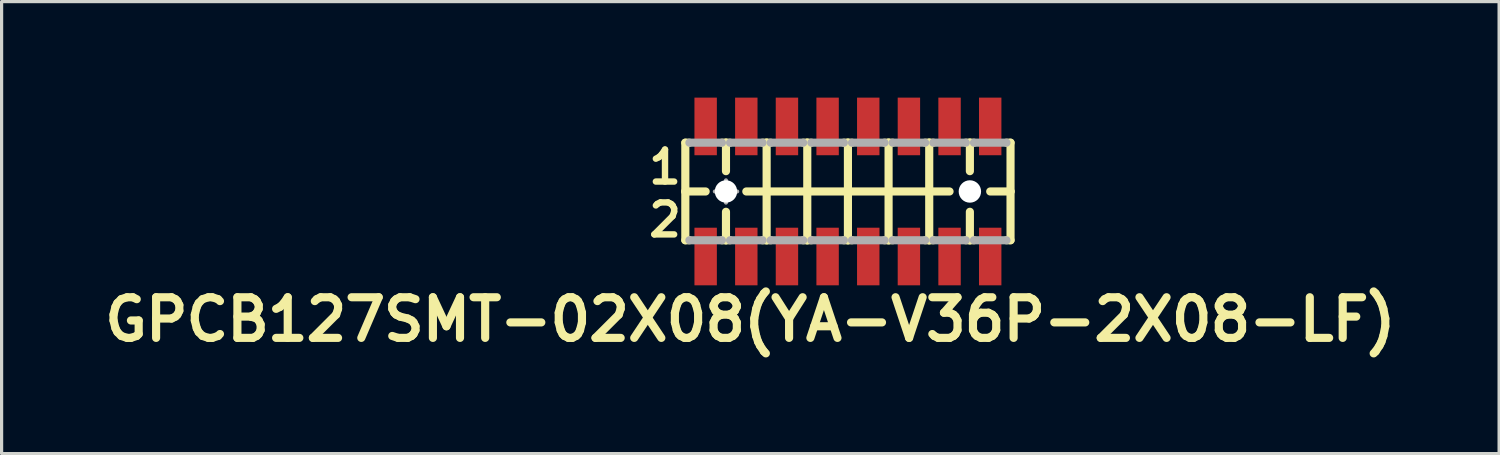
<source format=kicad_pcb>
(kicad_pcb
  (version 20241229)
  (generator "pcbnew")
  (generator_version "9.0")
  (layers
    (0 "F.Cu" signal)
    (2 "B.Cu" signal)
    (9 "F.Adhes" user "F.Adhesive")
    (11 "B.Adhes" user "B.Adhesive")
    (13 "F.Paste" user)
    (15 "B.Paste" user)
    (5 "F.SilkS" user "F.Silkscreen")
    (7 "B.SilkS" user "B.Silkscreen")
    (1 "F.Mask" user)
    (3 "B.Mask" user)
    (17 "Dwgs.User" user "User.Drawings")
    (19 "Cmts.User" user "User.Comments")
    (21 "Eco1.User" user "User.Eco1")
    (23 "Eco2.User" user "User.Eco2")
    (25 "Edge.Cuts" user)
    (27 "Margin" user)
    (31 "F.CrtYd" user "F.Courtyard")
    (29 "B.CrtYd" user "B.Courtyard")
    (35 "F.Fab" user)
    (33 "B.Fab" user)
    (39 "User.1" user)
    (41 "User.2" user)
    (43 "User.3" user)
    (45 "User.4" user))
  (footprint "GPCB127SMT-02X08(YA-V36P-2X08-LF)"
    (layer "F.Cu")
    (at 23.441 2.932)
    (property "Reference" "GPCB127SMT-02X08(YA-V36P-2X08-LF)" (at -3.048 4 0) (layer "F.SilkS") (effects (font (size 1.27 1.27) (thickness 0.254))))
    (attr smd)
    (fp_line (start -5.08 -1.524) (end -5.08 0) (stroke (width 0.254) (type solid)) (layer "F.SilkS"))
    (fp_line (start -5.08 0) (end -5.08 1.524) (stroke (width 0.254) (type solid)) (layer "F.SilkS"))
    (fp_line (start -5.08 0) (end -4.445 0) (stroke (width 0.254) (type solid)) (layer "F.SilkS"))
    (fp_line (start -5.08 1.524) (end -4.953 1.524) (stroke (width 0.254) (type solid)) (layer "F.SilkS"))
    (fp_line (start -4.953 -1.524) (end -5.08 -1.524) (stroke (width 0.254) (type solid)) (layer "F.SilkS"))
    (fp_line (start -3.937 -1.524) (end -3.81 -1.524) (stroke (width 0.254) (type solid)) (layer "F.SilkS"))
    (fp_line (start -3.937 1.524) (end -3.81 1.524) (stroke (width 0.254) (type solid)) (layer "F.SilkS"))
    (fp_line (start -3.81 -1.524) (end -3.683 -1.524) (stroke (width 0.254) (type solid)) (layer "F.SilkS"))
    (fp_line (start -3.81 -0.635) (end -3.81 -1.524) (stroke (width 0.254) (type solid)) (layer "F.SilkS"))
    (fp_line (start -3.81 1.524) (end -3.81 0.635) (stroke (width 0.254) (type solid)) (layer "F.SilkS"))
    (fp_line (start -3.81 1.524) (end -3.683 1.524) (stroke (width 0.254) (type solid)) (layer "F.SilkS"))
    (fp_line (start -3.175 0) (end -2.54 0) (stroke (width 0.254) (type solid)) (layer "F.SilkS"))
    (fp_line (start -2.667 -1.524) (end -2.54 -1.524) (stroke (width 0.254) (type solid)) (layer "F.SilkS"))
    (fp_line (start -2.667 1.524) (end -2.54 1.524) (stroke (width 0.254) (type solid)) (layer "F.SilkS"))
    (fp_line (start -2.54 -1.524) (end -2.413 -1.524) (stroke (width 0.254) (type solid)) (layer "F.SilkS"))
    (fp_line (start -2.54 0) (end -2.54 -1.524) (stroke (width 0.254) (type solid)) (layer "F.SilkS"))
    (fp_line (start -2.54 0) (end -1.27 0) (stroke (width 0.254) (type solid)) (layer "F.SilkS"))
    (fp_line (start -2.54 1.524) (end -2.54 0) (stroke (width 0.254) (type solid)) (layer "F.SilkS"))
    (fp_line (start -2.54 1.524) (end -2.413 1.524) (stroke (width 0.254) (type solid)) (layer "F.SilkS"))
    (fp_line (start -1.397 -1.524) (end -1.27 -1.524) (stroke (width 0.254) (type solid)) (layer "F.SilkS"))
    (fp_line (start -1.397 1.524) (end -1.27 1.524) (stroke (width 0.254) (type solid)) (layer "F.SilkS"))
    (fp_line (start -1.27 -1.524) (end -1.143 -1.524) (stroke (width 0.254) (type solid)) (layer "F.SilkS"))
    (fp_line (start -1.27 0) (end -1.27 -1.524) (stroke (width 0.254) (type solid)) (layer "F.SilkS"))
    (fp_line (start -1.27 0) (end 0 0) (stroke (width 0.254) (type solid)) (layer "F.SilkS"))
    (fp_line (start -1.27 1.524) (end -1.27 0) (stroke (width 0.254) (type solid)) (layer "F.SilkS"))
    (fp_line (start -1.27 1.524) (end -1.143 1.524) (stroke (width 0.254) (type solid)) (layer "F.SilkS"))
    (fp_line (start -0.127 -1.524) (end 0 -1.524) (stroke (width 0.254) (type solid)) (layer "F.SilkS"))
    (fp_line (start -0.127 1.524) (end 0 1.524) (stroke (width 0.254) (type solid)) (layer "F.SilkS"))
    (fp_line (start 0 -1.524) (end 0.127 -1.524) (stroke (width 0.254) (type solid)) (layer "F.SilkS"))
    (fp_line (start 0 0) (end 0 -1.524) (stroke (width 0.254) (type solid)) (layer "F.SilkS"))
    (fp_line (start 0 0) (end 1.27 0) (stroke (width 0.254) (type solid)) (layer "F.SilkS"))
    (fp_line (start 0 1.524) (end 0 0) (stroke (width 0.254) (type solid)) (layer "F.SilkS"))
    (fp_line (start 0 1.524) (end 0.127 1.524) (stroke (width 0.254) (type solid)) (layer "F.SilkS"))
    (fp_line (start 1.143 -1.524) (end 1.27 -1.524) (stroke (width 0.254) (type solid)) (layer "F.SilkS"))
    (fp_line (start 1.143 1.524) (end 1.27 1.524) (stroke (width 0.254) (type solid)) (layer "F.SilkS"))
    (fp_line (start 1.27 -1.524) (end 1.397 -1.524) (stroke (width 0.254) (type solid)) (layer "F.SilkS"))
    (fp_line (start 1.27 0) (end 1.27 -1.524) (stroke (width 0.254) (type solid)) (layer "F.SilkS"))
    (fp_line (start 1.27 0) (end 2.54 0) (stroke (width 0.254) (type solid)) (layer "F.SilkS"))
    (fp_line (start 1.27 1.524) (end 1.27 0) (stroke (width 0.254) (type solid)) (layer "F.SilkS"))
    (fp_line (start 1.27 1.524) (end 1.397 1.524) (stroke (width 0.254) (type solid)) (layer "F.SilkS"))
    (fp_line (start 2.413 -1.524) (end 2.54 -1.524) (stroke (width 0.254) (type solid)) (layer "F.SilkS"))
    (fp_line (start 2.413 1.524) (end 2.54 1.524) (stroke (width 0.254) (type solid)) (layer "F.SilkS"))
    (fp_line (start 2.54 -1.524) (end 2.667 -1.524) (stroke (width 0.254) (type solid)) (layer "F.SilkS"))
    (fp_line (start 2.54 0) (end 2.54 -1.524) (stroke (width 0.254) (type solid)) (layer "F.SilkS"))
    (fp_line (start 2.54 0) (end 3.175 0) (stroke (width 0.254) (type solid)) (layer "F.SilkS"))
    (fp_line (start 2.54 1.524) (end 2.54 0) (stroke (width 0.254) (type solid)) (layer "F.SilkS"))
    (fp_line (start 2.54 1.524) (end 2.667 1.524) (stroke (width 0.254) (type solid)) (layer "F.SilkS"))
    (fp_line (start 3.683 -1.524) (end 3.81 -1.524) (stroke (width 0.254) (type solid)) (layer "F.SilkS"))
    (fp_line (start 3.683 1.524) (end 3.81 1.524) (stroke (width 0.254) (type solid)) (layer "F.SilkS"))
    (fp_line (start 3.81 -1.524) (end 3.937 -1.524) (stroke (width 0.254) (type solid)) (layer "F.SilkS"))
    (fp_line (start 3.81 -0.635) (end 3.81 -1.524) (stroke (width 0.254) (type solid)) (layer "F.SilkS"))
    (fp_line (start 3.81 1.524) (end 3.81 0.635) (stroke (width 0.254) (type solid)) (layer "F.SilkS"))
    (fp_line (start 3.81 1.524) (end 3.937 1.524) (stroke (width 0.254) (type solid)) (layer "F.SilkS"))
    (fp_line (start 4.445 0) (end 5.08 0) (stroke (width 0.254) (type solid)) (layer "F.SilkS"))
    (fp_line (start 4.953 -1.524) (end 5.08 -1.524) (stroke (width 0.254) (type solid)) (layer "F.SilkS"))
    (fp_line (start 4.953 1.524) (end 5.08 1.524) (stroke (width 0.254) (type solid)) (layer "F.SilkS"))
    (fp_line (start 5.08 0) (end 5.08 -1.524) (stroke (width 0.254) (type solid)) (layer "F.SilkS"))
    (fp_line (start 5.08 1.524) (end 5.08 0) (stroke (width 0.254) (type solid)) (layer "F.SilkS"))
    (fp_line (start -4.953 -1.524) (end -3.937 -1.524) (stroke (width 0.254) (type solid)) (layer "F.Fab"))
    (fp_line (start -4.953 1.524) (end -3.937 1.524) (stroke (width 0.254) (type solid)) (layer "F.Fab"))
    (fp_line (start -4.158 0) (end -3.459 0) (stroke (width 0.127) (type solid)) (layer "F.Fab"))
    (fp_line (start -3.81 0.348) (end -3.81 -0.348) (stroke (width 0.127) (type solid)) (layer "F.Fab"))
    (fp_line (start -3.683 -1.524) (end -2.667 -1.524) (stroke (width 0.254) (type solid)) (layer "F.Fab"))
    (fp_line (start -3.683 1.524) (end -2.667 1.524) (stroke (width 0.254) (type solid)) (layer "F.Fab"))
    (fp_line (start -2.413 -1.524) (end -1.397 -1.524) (stroke (width 0.254) (type solid)) (layer "F.Fab"))
    (fp_line (start -2.413 1.524) (end -1.397 1.524) (stroke (width 0.254) (type solid)) (layer "F.Fab"))
    (fp_line (start -1.143 -1.524) (end -0.127 -1.524) (stroke (width 0.254) (type solid)) (layer "F.Fab"))
    (fp_line (start -1.143 1.524) (end -0.127 1.524) (stroke (width 0.254) (type solid)) (layer "F.Fab"))
    (fp_line (start 0.127 -1.524) (end 1.143 -1.524) (stroke (width 0.254) (type solid)) (layer "F.Fab"))
    (fp_line (start 0.127 1.524) (end 1.143 1.524) (stroke (width 0.254) (type solid)) (layer "F.Fab"))
    (fp_line (start 1.397 -1.524) (end 2.413 -1.524) (stroke (width 0.254) (type solid)) (layer "F.Fab"))
    (fp_line (start 1.397 1.524) (end 2.413 1.524) (stroke (width 0.254) (type solid)) (layer "F.Fab"))
    (fp_line (start 2.667 -1.524) (end 3.683 -1.524) (stroke (width 0.254) (type solid)) (layer "F.Fab"))
    (fp_line (start 2.667 1.524) (end 3.683 1.524) (stroke (width 0.254) (type solid)) (layer "F.Fab"))
    (fp_line (start 3.937 -1.524) (end 4.953 -1.524) (stroke (width 0.254) (type solid)) (layer "F.Fab"))
    (fp_line (start 3.937 1.524) (end 4.953 1.524) (stroke (width 0.254) (type solid)) (layer "F.Fab"))
    (fp_circle (center -3.81 0) (end -3.983 0.173) (stroke (width 0.127) (type solid)) (fill no) (layer "F.Fab"))
    (fp_text user "2" (at -5.715 0.889 0) (layer "F.SilkS") (effects (font (size 1 1) (thickness 0.2))))
    (fp_text user "1" (at -5.715 -0.762 0) (layer "F.SilkS") (effects (font (size 1 1) (thickness 0.2))))
    (pad "" np_thru_hole circle (at -3.81 0 90) (size 0.7 0.7) (drill 0.7) (layers "*.Cu" "*.Mask"))
    (pad "" np_thru_hole circle (at 3.81 0 90) (size 0.7 0.7) (drill 0.7) (layers "*.Cu" "*.Mask"))
    (pad "1" smd rect (at -4.445 -2.032 270) (size 1.8 0.7) (layers "F.Cu" "F.Mask" "F.Paste"))
    (pad "2" smd rect (at -4.445 2.032 270) (size 1.8 0.7) (layers "F.Cu" "F.Mask" "F.Paste"))
    (pad "3" smd rect (at -3.175 -2.032 270) (size 1.8 0.7) (layers "F.Cu" "F.Mask" "F.Paste"))
    (pad "4" smd rect (at -3.175 2.032 270) (size 1.8 0.7) (layers "F.Cu" "F.Mask" "F.Paste"))
    (pad "5" smd rect (at -1.905 -2.032 270) (size 1.8 0.7) (layers "F.Cu" "F.Mask" "F.Paste"))
    (pad "6" smd rect (at -1.905 2.032 270) (size 1.8 0.7) (layers "F.Cu" "F.Mask" "F.Paste"))
    (pad "7" smd rect (at -0.635 -2.032 270) (size 1.8 0.7) (layers "F.Cu" "F.Mask" "F.Paste"))
    (pad "8" smd rect (at -0.635 2.032 270) (size 1.8 0.7) (layers "F.Cu" "F.Mask" "F.Paste"))
    (pad "9" smd rect (at 0.635 -2.032 270) (size 1.8 0.7) (layers "F.Cu" "F.Mask" "F.Paste"))
    (pad "10" smd rect (at 0.635 2.032 270) (size 1.8 0.7) (layers "F.Cu" "F.Mask" "F.Paste"))
    (pad "11" smd rect (at 1.905 -2.032 270) (size 1.8 0.7) (layers "F.Cu" "F.Mask" "F.Paste"))
    (pad "12" smd rect (at 1.905 2.032 270) (size 1.8 0.7) (layers "F.Cu" "F.Mask" "F.Paste"))
    (pad "13" smd rect (at 3.175 -2.032 90) (size 1.8 0.7) (layers "F.Cu" "F.Mask" "F.Paste"))
    (pad "14" smd rect (at 3.175 2.032 90) (size 1.8 0.7) (layers "F.Cu" "F.Mask" "F.Paste"))
    (pad "15" smd rect (at 4.445 -2.032 90) (size 1.8 0.7) (layers "F.Cu" "F.Mask" "F.Paste"))
    (pad "16" smd rect (at 4.445 2.032 90) (size 1.8 0.7) (layers "F.Cu" "F.Mask" "F.Paste")))
  (gr_rect
    (start -3 -3)
    (end 43.785 11.121)
    (stroke (width 0.1) (type default))
    (fill no)
    (layer "Edge.Cuts")))
</source>
